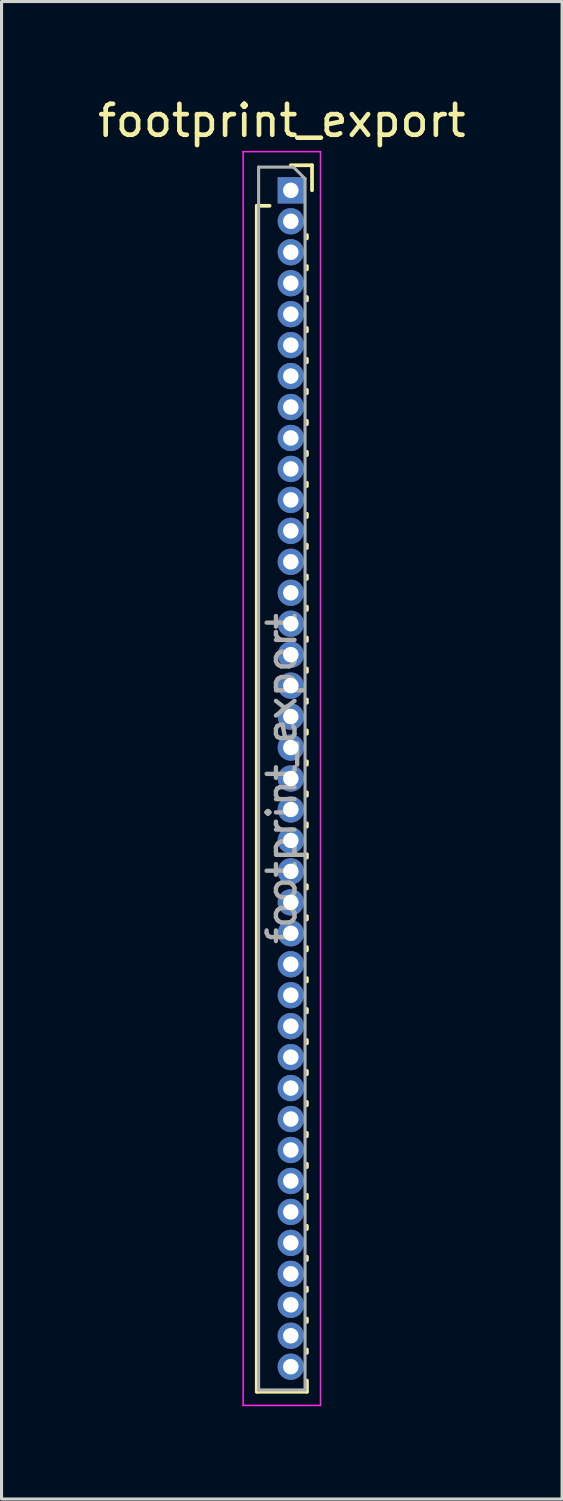
<source format=kicad_pcb>
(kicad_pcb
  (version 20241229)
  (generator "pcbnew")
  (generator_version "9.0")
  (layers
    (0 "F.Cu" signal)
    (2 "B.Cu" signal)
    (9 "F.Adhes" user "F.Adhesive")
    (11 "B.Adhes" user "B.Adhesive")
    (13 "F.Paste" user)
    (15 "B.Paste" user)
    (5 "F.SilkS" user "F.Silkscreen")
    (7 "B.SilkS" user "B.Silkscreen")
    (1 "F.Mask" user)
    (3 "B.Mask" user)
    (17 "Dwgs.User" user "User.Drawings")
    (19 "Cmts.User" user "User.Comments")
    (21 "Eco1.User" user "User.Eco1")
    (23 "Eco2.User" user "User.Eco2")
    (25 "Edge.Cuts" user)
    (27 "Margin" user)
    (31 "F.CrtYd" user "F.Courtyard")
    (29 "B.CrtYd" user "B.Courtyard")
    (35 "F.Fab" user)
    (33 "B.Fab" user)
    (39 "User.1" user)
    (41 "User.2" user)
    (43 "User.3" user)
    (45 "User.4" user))
  (footprint "footprint_export"
    (layer "F.Cu")
    (at 6.344 3.098)
    (property "Reference" "footprint_export" (at -0.29 -2.25 0) (layer "F.SilkS") (effects (font (size 1 1) (thickness 0.15))))
    (attr through_hole)
    (fp_line (start -1.1 0.5) (end -1.1 38.81) (stroke (width 0.12) (type solid)) (layer "F.SilkS"))
    (fp_line (start -1.1 0.5) (end -0.685 0.5) (stroke (width 0.12) (type solid)) (layer "F.SilkS"))
    (fp_line (start -1.1 38.81) (end 0.52 38.81) (stroke (width 0.12) (type solid)) (layer "F.SilkS"))
    (fp_line (start 0 -0.81) (end 0.685 -0.81) (stroke (width 0.12) (type solid)) (layer "F.SilkS"))
    (fp_line (start 0.52 1.446) (end 0.52 1.554) (stroke (width 0.12) (type solid)) (layer "F.SilkS"))
    (fp_line (start 0.52 2.446) (end 0.52 2.554) (stroke (width 0.12) (type solid)) (layer "F.SilkS"))
    (fp_line (start 0.52 3.446) (end 0.52 3.554) (stroke (width 0.12) (type solid)) (layer "F.SilkS"))
    (fp_line (start 0.52 4.446) (end 0.52 4.554) (stroke (width 0.12) (type solid)) (layer "F.SilkS"))
    (fp_line (start 0.52 5.446) (end 0.52 5.554) (stroke (width 0.12) (type solid)) (layer "F.SilkS"))
    (fp_line (start 0.52 6.446) (end 0.52 6.554) (stroke (width 0.12) (type solid)) (layer "F.SilkS"))
    (fp_line (start 0.52 7.446) (end 0.52 7.554) (stroke (width 0.12) (type solid)) (layer "F.SilkS"))
    (fp_line (start 0.52 8.446) (end 0.52 8.554) (stroke (width 0.12) (type solid)) (layer "F.SilkS"))
    (fp_line (start 0.52 9.446) (end 0.52 9.554) (stroke (width 0.12) (type solid)) (layer "F.SilkS"))
    (fp_line (start 0.52 10.446) (end 0.52 10.554) (stroke (width 0.12) (type solid)) (layer "F.SilkS"))
    (fp_line (start 0.52 11.446) (end 0.52 11.554) (stroke (width 0.12) (type solid)) (layer "F.SilkS"))
    (fp_line (start 0.52 12.446) (end 0.52 12.554) (stroke (width 0.12) (type solid)) (layer "F.SilkS"))
    (fp_line (start 0.52 13.446) (end 0.52 13.554) (stroke (width 0.12) (type solid)) (layer "F.SilkS"))
    (fp_line (start 0.52 14.446) (end 0.52 14.554) (stroke (width 0.12) (type solid)) (layer "F.SilkS"))
    (fp_line (start 0.52 15.446) (end 0.52 15.554) (stroke (width 0.12) (type solid)) (layer "F.SilkS"))
    (fp_line (start 0.52 16.446) (end 0.52 16.554) (stroke (width 0.12) (type solid)) (layer "F.SilkS"))
    (fp_line (start 0.52 17.446) (end 0.52 17.554) (stroke (width 0.12) (type solid)) (layer "F.SilkS"))
    (fp_line (start 0.52 18.446) (end 0.52 18.554) (stroke (width 0.12) (type solid)) (layer "F.SilkS"))
    (fp_line (start 0.52 19.446) (end 0.52 19.554) (stroke (width 0.12) (type solid)) (layer "F.SilkS"))
    (fp_line (start 0.52 20.446) (end 0.52 20.554) (stroke (width 0.12) (type solid)) (layer "F.SilkS"))
    (fp_line (start 0.52 21.446) (end 0.52 21.554) (stroke (width 0.12) (type solid)) (layer "F.SilkS"))
    (fp_line (start 0.52 22.446) (end 0.52 22.554) (stroke (width 0.12) (type solid)) (layer "F.SilkS"))
    (fp_line (start 0.52 23.446) (end 0.52 23.554) (stroke (width 0.12) (type solid)) (layer "F.SilkS"))
    (fp_line (start 0.52 24.446) (end 0.52 24.554) (stroke (width 0.12) (type solid)) (layer "F.SilkS"))
    (fp_line (start 0.52 25.446) (end 0.52 25.554) (stroke (width 0.12) (type solid)) (layer "F.SilkS"))
    (fp_line (start 0.52 26.446) (end 0.52 26.554) (stroke (width 0.12) (type solid)) (layer "F.SilkS"))
    (fp_line (start 0.52 27.446) (end 0.52 27.554) (stroke (width 0.12) (type solid)) (layer "F.SilkS"))
    (fp_line (start 0.52 28.446) (end 0.52 28.554) (stroke (width 0.12) (type solid)) (layer "F.SilkS"))
    (fp_line (start 0.52 29.446) (end 0.52 29.554) (stroke (width 0.12) (type solid)) (layer "F.SilkS"))
    (fp_line (start 0.52 30.446) (end 0.52 30.554) (stroke (width 0.12) (type solid)) (layer "F.SilkS"))
    (fp_line (start 0.52 31.446) (end 0.52 31.554) (stroke (width 0.12) (type solid)) (layer "F.SilkS"))
    (fp_line (start 0.52 32.446) (end 0.52 32.554) (stroke (width 0.12) (type solid)) (layer "F.SilkS"))
    (fp_line (start 0.52 33.446) (end 0.52 33.554) (stroke (width 0.12) (type solid)) (layer "F.SilkS"))
    (fp_line (start 0.52 34.446) (end 0.52 34.554) (stroke (width 0.12) (type solid)) (layer "F.SilkS"))
    (fp_line (start 0.52 35.446) (end 0.52 35.554) (stroke (width 0.12) (type solid)) (layer "F.SilkS"))
    (fp_line (start 0.52 36.446) (end 0.52 36.554) (stroke (width 0.12) (type solid)) (layer "F.SilkS"))
    (fp_line (start 0.52 37.446) (end 0.52 37.554) (stroke (width 0.12) (type solid)) (layer "F.SilkS"))
    (fp_line (start 0.52 38.446) (end 0.52 38.81) (stroke (width 0.12) (type solid)) (layer "F.SilkS"))
    (fp_line (start 0.685 -0.81) (end 0.685 0) (stroke (width 0.12) (type solid)) (layer "F.SilkS"))
    (fp_line (start -1.54 -1.25) (end 0.96 -1.25) (stroke (width 0.05) (type solid)) (layer "F.CrtYd"))
    (fp_line (start -1.54 39.25) (end -1.54 -1.25) (stroke (width 0.05) (type solid)) (layer "F.CrtYd"))
    (fp_line (start 0.96 -1.25) (end 0.96 39.25) (stroke (width 0.05) (type solid)) (layer "F.CrtYd"))
    (fp_line (start 0.96 39.25) (end -1.54 39.25) (stroke (width 0.05) (type solid)) (layer "F.CrtYd"))
    (fp_line (start -1.04 -0.75) (end 0.085 -0.75) (stroke (width 0.1) (type solid)) (layer "F.Fab"))
    (fp_line (start -1.04 38.75) (end -1.04 -0.75) (stroke (width 0.1) (type solid)) (layer "F.Fab"))
    (fp_line (start 0.085 -0.75) (end 0.46 -0.375) (stroke (width 0.1) (type solid)) (layer "F.Fab"))
    (fp_line (start 0.46 -0.375) (end 0.46 38.75) (stroke (width 0.1) (type solid)) (layer "F.Fab"))
    (fp_line (start 0.46 38.75) (end -1.04 38.75) (stroke (width 0.1) (type solid)) (layer "F.Fab"))
    (fp_text user "${REFERENCE}" (at -0.29 19 90) (layer "F.Fab") (effects (font (size 0.9 0.9) (thickness 0.14))))
    (pad "1" thru_hole rect (at 0 0) (size 0.85 0.85) (drill 0.5) (layers "*.Cu" "*.Mask"))
    (pad "2" thru_hole oval (at 0 1) (size 0.85 0.85) (drill 0.5) (layers "*.Cu" "*.Mask"))
    (pad "3" thru_hole oval (at 0 2) (size 0.85 0.85) (drill 0.5) (layers "*.Cu" "*.Mask"))
    (pad "4" thru_hole oval (at 0 3) (size 0.85 0.85) (drill 0.5) (layers "*.Cu" "*.Mask"))
    (pad "5" thru_hole oval (at 0 4) (size 0.85 0.85) (drill 0.5) (layers "*.Cu" "*.Mask"))
    (pad "6" thru_hole oval (at 0 5) (size 0.85 0.85) (drill 0.5) (layers "*.Cu" "*.Mask"))
    (pad "7" thru_hole oval (at 0 6) (size 0.85 0.85) (drill 0.5) (layers "*.Cu" "*.Mask"))
    (pad "8" thru_hole oval (at 0 7) (size 0.85 0.85) (drill 0.5) (layers "*.Cu" "*.Mask"))
    (pad "9" thru_hole oval (at 0 8) (size 0.85 0.85) (drill 0.5) (layers "*.Cu" "*.Mask"))
    (pad "10" thru_hole oval (at 0 9) (size 0.85 0.85) (drill 0.5) (layers "*.Cu" "*.Mask"))
    (pad "11" thru_hole oval (at 0 10) (size 0.85 0.85) (drill 0.5) (layers "*.Cu" "*.Mask"))
    (pad "12" thru_hole oval (at 0 11) (size 0.85 0.85) (drill 0.5) (layers "*.Cu" "*.Mask"))
    (pad "13" thru_hole oval (at 0 12) (size 0.85 0.85) (drill 0.5) (layers "*.Cu" "*.Mask"))
    (pad "14" thru_hole oval (at 0 13) (size 0.85 0.85) (drill 0.5) (layers "*.Cu" "*.Mask"))
    (pad "15" thru_hole oval (at 0 14) (size 0.85 0.85) (drill 0.5) (layers "*.Cu" "*.Mask"))
    (pad "16" thru_hole oval (at 0 15) (size 0.85 0.85) (drill 0.5) (layers "*.Cu" "*.Mask"))
    (pad "17" thru_hole oval (at 0 16) (size 0.85 0.85) (drill 0.5) (layers "*.Cu" "*.Mask"))
    (pad "18" thru_hole oval (at 0 17) (size 0.85 0.85) (drill 0.5) (layers "*.Cu" "*.Mask"))
    (pad "19" thru_hole oval (at 0 18) (size 0.85 0.85) (drill 0.5) (layers "*.Cu" "*.Mask"))
    (pad "20" thru_hole oval (at 0 19) (size 0.85 0.85) (drill 0.5) (layers "*.Cu" "*.Mask"))
    (pad "21" thru_hole oval (at 0 20) (size 0.85 0.85) (drill 0.5) (layers "*.Cu" "*.Mask"))
    (pad "22" thru_hole oval (at 0 21) (size 0.85 0.85) (drill 0.5) (layers "*.Cu" "*.Mask"))
    (pad "23" thru_hole oval (at 0 22) (size 0.85 0.85) (drill 0.5) (layers "*.Cu" "*.Mask"))
    (pad "24" thru_hole oval (at 0 23) (size 0.85 0.85) (drill 0.5) (layers "*.Cu" "*.Mask"))
    (pad "25" thru_hole oval (at 0 24) (size 0.85 0.85) (drill 0.5) (layers "*.Cu" "*.Mask"))
    (pad "26" thru_hole oval (at 0 25) (size 0.85 0.85) (drill 0.5) (layers "*.Cu" "*.Mask"))
    (pad "27" thru_hole oval (at 0 26) (size 0.85 0.85) (drill 0.5) (layers "*.Cu" "*.Mask"))
    (pad "28" thru_hole oval (at 0 27) (size 0.85 0.85) (drill 0.5) (layers "*.Cu" "*.Mask"))
    (pad "29" thru_hole oval (at 0 28) (size 0.85 0.85) (drill 0.5) (layers "*.Cu" "*.Mask"))
    (pad "30" thru_hole oval (at 0 29) (size 0.85 0.85) (drill 0.5) (layers "*.Cu" "*.Mask"))
    (pad "31" thru_hole oval (at 0 30) (size 0.85 0.85) (drill 0.5) (layers "*.Cu" "*.Mask"))
    (pad "32" thru_hole oval (at 0 31) (size 0.85 0.85) (drill 0.5) (layers "*.Cu" "*.Mask"))
    (pad "33" thru_hole oval (at 0 32) (size 0.85 0.85) (drill 0.5) (layers "*.Cu" "*.Mask"))
    (pad "34" thru_hole oval (at 0 33) (size 0.85 0.85) (drill 0.5) (layers "*.Cu" "*.Mask"))
    (pad "35" thru_hole oval (at 0 34) (size 0.85 0.85) (drill 0.5) (layers "*.Cu" "*.Mask"))
    (pad "36" thru_hole oval (at 0 35) (size 0.85 0.85) (drill 0.5) (layers "*.Cu" "*.Mask"))
    (pad "37" thru_hole oval (at 0 36) (size 0.85 0.85) (drill 0.5) (layers "*.Cu" "*.Mask"))
    (pad "38" thru_hole oval (at 0 37) (size 0.85 0.85) (drill 0.5) (layers "*.Cu" "*.Mask"))
    (pad "39" thru_hole oval (at 0 38) (size 0.85 0.85) (drill 0.5) (layers "*.Cu" "*.Mask")))
  (gr_rect
    (start -3 -3)
    (end 15.107 45.373)
    (stroke (width 0.1) (type default))
    (fill no)
    (layer "Edge.Cuts")))
</source>
